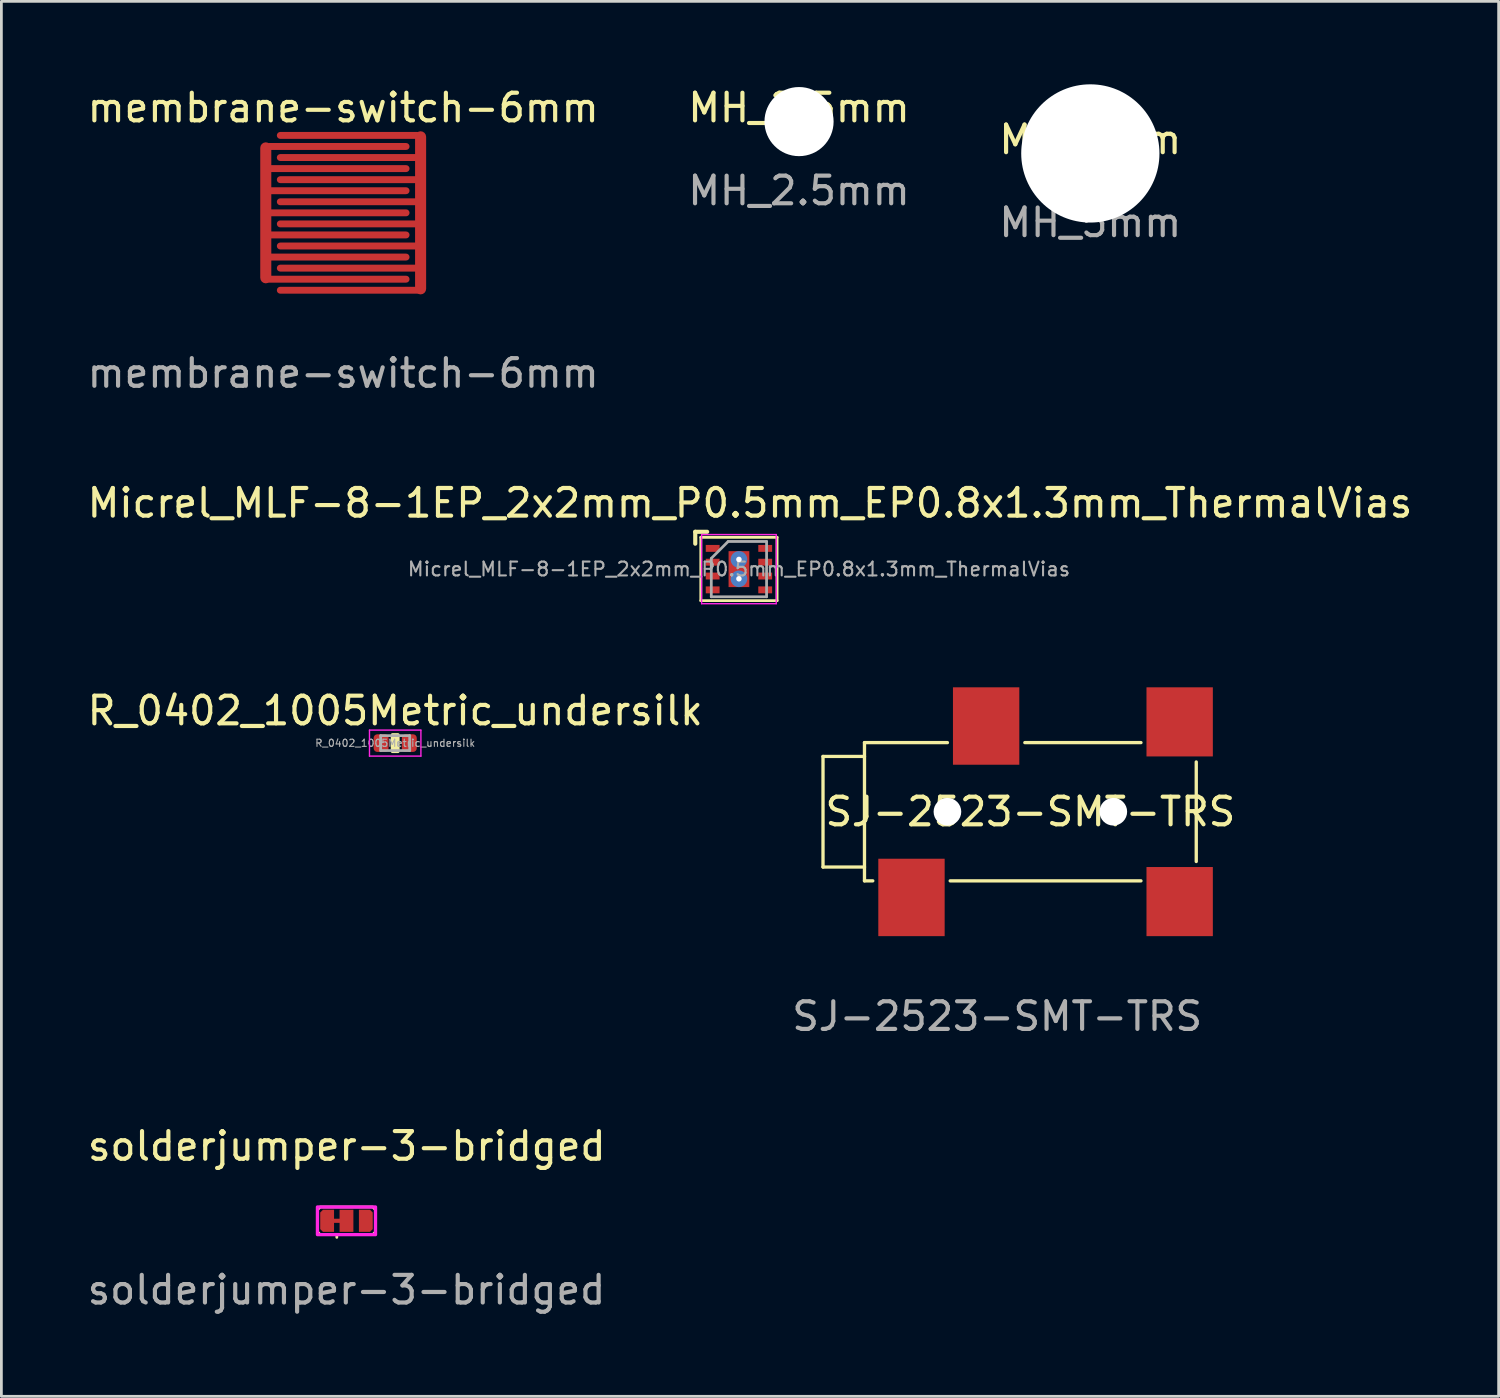
<source format=kicad_pcb>
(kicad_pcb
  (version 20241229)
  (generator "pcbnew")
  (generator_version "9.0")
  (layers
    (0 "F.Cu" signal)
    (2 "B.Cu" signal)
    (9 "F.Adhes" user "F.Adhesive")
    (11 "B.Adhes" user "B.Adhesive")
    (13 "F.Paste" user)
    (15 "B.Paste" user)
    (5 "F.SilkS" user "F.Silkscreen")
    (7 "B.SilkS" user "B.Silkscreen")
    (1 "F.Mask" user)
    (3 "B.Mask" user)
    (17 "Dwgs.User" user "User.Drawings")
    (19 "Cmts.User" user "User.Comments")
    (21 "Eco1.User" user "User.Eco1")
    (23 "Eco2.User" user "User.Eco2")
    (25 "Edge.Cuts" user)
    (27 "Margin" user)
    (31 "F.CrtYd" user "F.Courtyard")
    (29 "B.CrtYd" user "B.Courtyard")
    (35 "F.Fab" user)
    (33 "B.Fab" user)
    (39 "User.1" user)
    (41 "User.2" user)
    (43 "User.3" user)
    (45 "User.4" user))
  (footprint "solderjumper-3-bridged"
    (layer "F.Cu")
    (at 9.482 41.106)
    (property "Reference" "solderjumper-3-bridged" (at 0.01 -2.7 0) (unlocked yes) (layer "F.SilkS") (effects (font (size 1 1) (thickness 0.15))))
    (fp_rect (start -0.5 0) (end -0.2 0) (stroke (width 0.15) (type solid)) (fill no) (layer "F.Cu"))
    (fp_rect (start -0.6 -0.4) (end 0.5 0.4) (stroke (width 0) (type solid)) (fill yes) (layer "F.Mask"))
    (fp_line (start -0.35 0.5) (end -0.35 0.6) (stroke (width 0.1) (type solid)) (layer "F.SilkS"))
    (fp_poly (pts (xy 1.05 -0.4) (xy 1.05 0.4) (xy 0.95 0.5) (xy 0.05 0.5) (xy -0.95 0.5) (xy -1.05 0.4) (xy -1.05 -0.4) (xy -0.95 -0.5) (xy 0.95 -0.5)) (stroke (width 0.1) (type solid)) (fill no) (layer "F.SilkS"))
    (fp_rect (start -1.05 -0.5) (end 1.05 0.5) (stroke (width 0.12) (type solid)) (fill no) (layer "F.CrtYd"))
    (fp_text user "${REFERENCE}" (at 0 2.5 0) (unlocked yes) (layer "F.Fab") (effects (font (size 1 1) (thickness 0.15))))
    (pad "1" smd roundrect (at -0.7 0) (size 0.5 0.8) (layers "F.Cu" "F.Mask") (roundrect_rratio 0) (chamfer_ratio 0.2) (chamfer top_left bottom_left))
    (pad "2" smd rect (at 0 0) (size 0.5 0.8) (layers "F.Cu" "F.Mask"))
    (pad "3" smd roundrect (at 0.7 0) (size 0.5 0.8) (layers "F.Cu" "F.Mask") (roundrect_rratio 0) (chamfer_ratio 0.2) (chamfer top_right bottom_right)))
  (footprint "SJ-2523-SMT-TRS"
    (layer "F.Cu")
    (at 28.218 26.31)
    (property "Reference" "SJ-2523-SMT-TRS" (at 6 0 0) (unlocked yes) (layer "F.SilkS") (effects (font (size 1 1) (thickness 0.15))))
    (fp_line (start -1.5 -2) (end -1.5 2) (stroke (width 0.12) (type solid)) (layer "F.SilkS"))
    (fp_line (start -1.5 2) (end 0 2) (stroke (width 0.12) (type solid)) (layer "F.SilkS"))
    (fp_line (start 0 -2.5) (end 3 -2.5) (stroke (width 0.12) (type solid)) (layer "F.SilkS"))
    (fp_line (start 0 -2) (end -1.5 -2) (stroke (width 0.12) (type solid)) (layer "F.SilkS"))
    (fp_line (start 0 2.5) (end 0 -2.5) (stroke (width 0.12) (type solid)) (layer "F.SilkS"))
    (fp_line (start 0 2.5) (end 0.3 2.5) (stroke (width 0.12) (type solid)) (layer "F.SilkS"))
    (fp_line (start 10 -2.5) (end 5.8 -2.5) (stroke (width 0.12) (type solid)) (layer "F.SilkS"))
    (fp_line (start 10 2.5) (end 3.1 2.5) (stroke (width 0.12) (type solid)) (layer "F.SilkS"))
    (fp_line (start 12 1.8) (end 12 -1.8) (stroke (width 0.12) (type solid)) (layer "F.SilkS"))
    (fp_text user "${REFERENCE}" (at 4.8 7.4 0) (unlocked yes) (layer "F.Fab") (effects (font (size 1 1) (thickness 0.15))))
    (pad "" np_thru_hole circle (at 3 0) (size 1 1) (drill 1) (layers "*.Cu" "*.Mask"))
    (pad "" np_thru_hole circle (at 9 0) (size 1 1) (drill 1) (layers "*.Cu" "*.Mask"))
    (pad "" smd rect (at 11.4 -3.25) (size 2.4 2.5) (layers "F.Cu" "F.Mask" "F.Paste"))
    (pad "R" smd rect (at 4.4 -3.1) (size 2.4 2.8) (layers "F.Cu" "F.Mask" "F.Paste"))
    (pad "S" smd rect (at 1.7 3.1) (size 2.4 2.8) (layers "F.Cu" "F.Mask" "F.Paste"))
    (pad "T" smd rect (at 11.4 3.25) (size 2.4 2.5) (layers "F.Cu" "F.Mask" "F.Paste")))
  (footprint "MH_2.5mm"
    (layer "F.Cu")
    (at 25.851 1.348)
    (property "Reference" "MH_2.5mm" (at 0 -0.5 0) (unlocked yes) (layer "F.SilkS") (effects (font (size 1 1) (thickness 0.15))))
    (fp_text user "${REFERENCE}" (at 0 2.5 0) (unlocked yes) (layer "F.Fab") (effects (font (size 1 1) (thickness 0.15))))
    (pad "" np_thru_hole circle (at 0 0) (size 2.5 2.5) (drill 2.5) (layers "*.Cu" "*.Mask")))
  (footprint "R_0402_1005Metric_undersilk"
    (layer "F.Cu")
    (at 11.244 23.828)
    (property "Reference" "R_0402_1005Metric_undersilk" (at 0 -1.17 0) (layer "F.SilkS") (effects (font (size 1 1) (thickness 0.15))))
    (attr smd)
    (fp_rect (start -0.1 -0.3) (end 0.1 0.3) (stroke (width 0.12) (type solid)) (fill yes) (layer "F.SilkS"))
    (fp_line (start -0.93 -0.47) (end 0.93 -0.47) (stroke (width 0.05) (type solid)) (layer "F.CrtYd"))
    (fp_line (start -0.93 0.47) (end -0.93 -0.47) (stroke (width 0.05) (type solid)) (layer "F.CrtYd"))
    (fp_line (start 0.93 -0.47) (end 0.93 0.47) (stroke (width 0.05) (type solid)) (layer "F.CrtYd"))
    (fp_line (start 0.93 0.47) (end -0.93 0.47) (stroke (width 0.05) (type solid)) (layer "F.CrtYd"))
    (fp_line (start -0.525 -0.27) (end 0.525 -0.27) (stroke (width 0.1) (type solid)) (layer "F.Fab"))
    (fp_line (start -0.525 0.27) (end -0.525 -0.27) (stroke (width 0.1) (type solid)) (layer "F.Fab"))
    (fp_line (start 0.525 -0.27) (end 0.525 0.27) (stroke (width 0.1) (type solid)) (layer "F.Fab"))
    (fp_line (start 0.525 0.27) (end -0.525 0.27) (stroke (width 0.1) (type solid)) (layer "F.Fab"))
    (fp_text user "${REFERENCE}" (at 0 0 0) (layer "F.Fab") (effects (font (size 0.26 0.26) (thickness 0.04))))
    (pad "1" smd roundrect (at -0.51 0) (size 0.54 0.64) (layers "F.Cu" "F.Mask" "F.Paste") (roundrect_rratio 0.25))
    (pad "2" smd roundrect (at 0.51 0) (size 0.54 0.64) (layers "F.Cu" "F.Mask" "F.Paste") (roundrect_rratio 0.25)))
  (footprint "MH_5mm"
    (layer "F.Cu")
    (at 36.387 2.5)
    (property "Reference" "MH_5mm" (at 0 -0.5 0) (unlocked yes) (layer "F.SilkS") (effects (font (size 1 1) (thickness 0.15))))
    (fp_text user "${REFERENCE}" (at 0 2.5 0) (unlocked yes) (layer "F.Fab") (effects (font (size 1 1) (thickness 0.15))))
    (pad "" np_thru_hole circle (at 0 0) (size 5 5) (drill 5) (layers "*.Cu" "*.Mask")))
  (footprint "membrane-switch-6mm"
    (layer "F.Cu")
    (at 9.363 4.648)
    (property "Reference" "membrane-switch-6mm" (at 0 -3.8 0) (unlocked yes) (layer "F.SilkS") (effects (font (size 1 1) (thickness 0.15))))
    (fp_rect (start -2.8 -2.8) (end 2.8 2.8) (stroke (width 0.12) (type solid)) (fill yes) (layer "F.Mask"))
    (fp_text user "${REFERENCE}" (at 0 5.8 0) (unlocked yes) (layer "F.Fab") (effects (font (size 1 1) (thickness 0.15))))
    (pad "1" smd roundrect (at -2.8 0) (size 0.4 5.1) (layers "F.Cu" "F.Mask") (roundrect_rratio 0.5))
    (pad "1" smd roundrect (at -0.2 -2.4) (size 5.2 0.25) (layers "F.Cu" "F.Mask") (roundrect_rratio 0.5))
    (pad "1" smd roundrect (at -0.2 -1.6) (size 5.2 0.25) (layers "F.Cu" "F.Mask") (roundrect_rratio 0.5))
    (pad "1" smd roundrect (at -0.2 -0.8) (size 5.2 0.25) (layers "F.Cu" "F.Mask") (roundrect_rratio 0.5))
    (pad "1" smd roundrect (at -0.2 0) (size 5.2 0.25) (layers "F.Cu" "F.Mask") (roundrect_rratio 0.5))
    (pad "1" smd roundrect (at -0.2 0.8) (size 5.2 0.25) (layers "F.Cu" "F.Mask") (roundrect_rratio 0.5))
    (pad "1" smd roundrect (at -0.2 1.6) (size 5.2 0.25) (layers "F.Cu" "F.Mask") (roundrect_rratio 0.5))
    (pad "1" smd roundrect (at -0.2 2.4) (size 5.2 0.25) (layers "F.Cu" "F.Mask") (roundrect_rratio 0.5))
    (pad "1" smd roundrect (at 2.8 0) (size 0.4 5.9) (layers "F.Cu" "F.Mask") (roundrect_rratio 0.5))
    (pad "2" smd roundrect (at 0.2 -2.8) (size 5.2 0.25) (layers "F.Cu" "F.Mask") (roundrect_rratio 0.5))
    (pad "2" smd roundrect (at 0.2 -2) (size 5.2 0.25) (layers "F.Cu" "F.Mask") (roundrect_rratio 0.5))
    (pad "2" smd roundrect (at 0.2 -1.2) (size 5.2 0.25) (layers "F.Cu" "F.Mask") (roundrect_rratio 0.5))
    (pad "2" smd roundrect (at 0.2 -0.4) (size 5.2 0.25) (layers "F.Cu" "F.Mask") (roundrect_rratio 0.5))
    (pad "2" smd roundrect (at 0.2 0.4) (size 5.2 0.25) (layers "F.Cu" "F.Mask") (roundrect_rratio 0.5))
    (pad "2" smd roundrect (at 0.2 1.2) (size 5.2 0.25) (layers "F.Cu" "F.Mask") (roundrect_rratio 0.5))
    (pad "2" smd roundrect (at 0.2 2) (size 5.2 0.25) (layers "F.Cu" "F.Mask") (roundrect_rratio 0.5))
    (pad "2" smd roundrect (at 0.2 2.8) (size 5.2 0.25) (layers "F.Cu" "F.Mask") (roundrect_rratio 0.5)))
  (footprint "Micrel_MLF-8-1EP_2x2mm_P0.5mm_EP0.8x1.3mm_ThermalVias"
    (layer "F.Cu")
    (at 23.677 17.535)
    (property "Reference" "Micrel_MLF-8-1EP_2x2mm_P0.5mm_EP0.8x1.3mm_ThermalVias" (at 0.4 -2.39 0) (layer "F.SilkS") (effects (font (size 1 1) (thickness 0.15))))
    (attr smd)
    (fp_line (start -1.58 -0.92) (end -1.58 -1.35) (stroke (width 0.15) (type solid)) (layer "F.SilkS"))
    (fp_line (start -1.38 -1.15) (end -1.38 1.14) (stroke (width 0.1) (type solid)) (layer "F.SilkS"))
    (fp_line (start -1.38 -1.15) (end 1.38 -1.15) (stroke (width 0.1) (type solid)) (layer "F.SilkS"))
    (fp_line (start -1.15 -1.35) (end -1.58 -1.35) (stroke (width 0.15) (type solid)) (layer "F.SilkS"))
    (fp_line (start 1.38 -1.15) (end 1.38 1.14) (stroke (width 0.1) (type solid)) (layer "F.SilkS"))
    (fp_line (start 1.38 1.14) (end -1.38 1.14) (stroke (width 0.1) (type solid)) (layer "F.SilkS"))
    (fp_line (start -1.35 -1.25) (end -1.35 1.25) (stroke (width 0.05) (type solid)) (layer "F.CrtYd"))
    (fp_line (start -1.35 -1.25) (end 1.35 -1.25) (stroke (width 0.05) (type solid)) (layer "F.CrtYd"))
    (fp_line (start 1.35 1.25) (end -1.35 1.25) (stroke (width 0.05) (type solid)) (layer "F.CrtYd"))
    (fp_line (start 1.35 1.25) (end 1.35 -1.25) (stroke (width 0.05) (type solid)) (layer "F.CrtYd"))
    (fp_line (start -1 -0.39) (end -0.39 -1) (stroke (width 0.1) (type solid)) (layer "F.Fab"))
    (fp_line (start -1 -0.38) (end -1 1) (stroke (width 0.1) (type solid)) (layer "F.Fab"))
    (fp_line (start -0.39 -1) (end 1 -1) (stroke (width 0.1) (type solid)) (layer "F.Fab"))
    (fp_line (start 1 1) (end -1 1) (stroke (width 0.1) (type solid)) (layer "F.Fab"))
    (fp_line (start 1 1) (end 1 -1) (stroke (width 0.1) (type solid)) (layer "F.Fab"))
    (fp_text user "${REFERENCE}" (at 0 0 0) (layer "F.Fab") (effects (font (size 0.5 0.5) (thickness 0.075))))
    (pad "" smd rect (at 0 -0.35) (size 0.55 0.55) (layers "F.Paste"))
    (pad "" smd rect (at 0 0.35) (size 0.55 0.55) (layers "F.Paste"))
    (pad "1" smd rect (at -0.95 -0.75) (size 0.5 0.25) (layers "F.Cu" "F.Mask" "F.Paste"))
    (pad "2" smd rect (at -0.95 -0.25) (size 0.5 0.25) (layers "F.Cu" "F.Mask" "F.Paste"))
    (pad "3" smd rect (at -0.95 0.25) (size 0.5 0.25) (layers "F.Cu" "F.Mask" "F.Paste"))
    (pad "4" smd rect (at -0.95 0.75) (size 0.5 0.25) (layers "F.Cu" "F.Mask" "F.Paste"))
    (pad "5" smd rect (at 0.95 0.75) (size 0.5 0.25) (layers "F.Cu" "F.Mask" "F.Paste"))
    (pad "6" smd rect (at 0.95 0.25) (size 0.5 0.25) (layers "F.Cu" "F.Mask" "F.Paste"))
    (pad "7" smd rect (at 0.95 -0.25) (size 0.5 0.25) (layers "F.Cu" "F.Mask" "F.Paste"))
    (pad "8" smd rect (at 0.95 -0.75) (size 0.5 0.25) (layers "F.Cu" "F.Mask" "F.Paste"))
    (pad "9" thru_hole circle (at 0 -0.35) (size 0.6 0.6) (drill 0.2) (layers "*.Cu"))
    (pad "9" smd rect (at 0 0) (size 0.75 1.3) (layers "F.Cu" "F.Mask"))
    (pad "9" thru_hole circle (at 0 0.35) (size 0.6 0.6) (drill 0.2) (layers "*.Cu")))
  (gr_rect
    (start -3 -3)
    (end 51.155 47.455)
    (stroke (width 0.1) (type default))
    (fill no)
    (layer "Edge.Cuts")))
</source>
